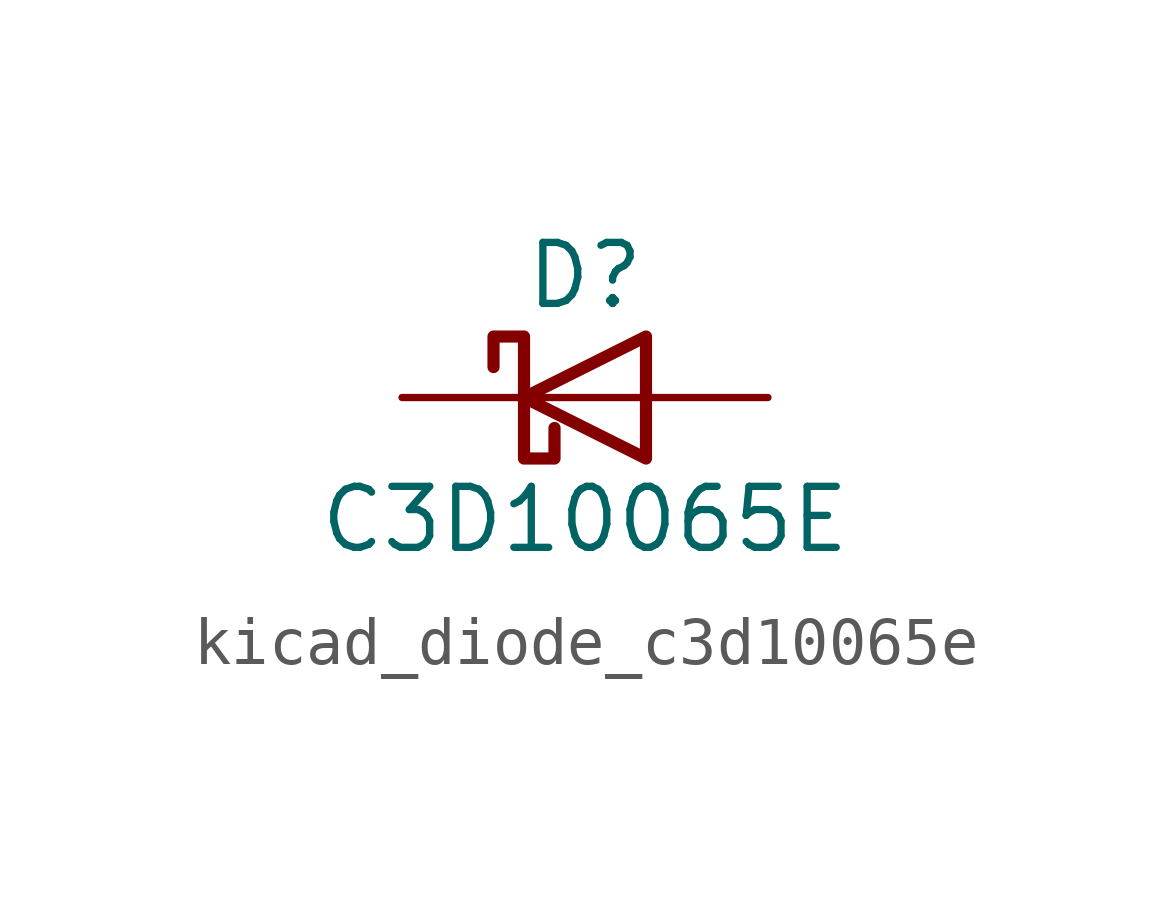
<source format=kicad_sym>
(kicad_symbol_lib
  (version 20220914)
  (generator kicad_symbol_editor)
  (symbol "kicad_diode_c3d10065e"
    (pin_numbers hide)
    (pin_names
      (offset 1.016) hide)
    (property "Reference" "D"
      (at 0 2.54 0)
      (effects (font (size 1.27 1.27))))
    (property "Value" "C3D10065E"
      (at 0 -2.54 0)
      (effects (font (size 1.27 1.27))))
    (symbol "kicad_diode_c3d10065e_0_1"
      (polyline (pts (xy 1.27 0) (xy -1.27 0)) (stroke (width 0) (type default)) (fill (type none)))
      (polyline (pts (xy 1.27 1.27) (xy 1.27 -1.27) (xy -1.27 0) (xy 1.27 1.27)) (stroke (width 0.254) (type default)) (fill (type none)))
      (polyline (pts (xy -1.905 0.635) (xy -1.905 1.27) (xy -1.27 1.27) (xy -1.27 -1.27) (xy -0.635 -1.27) (xy -0.635 -0.635)) (stroke (width 0.254) (type default)) (fill (type none))))
    (symbol "kicad_diode_c3d10065e_1_1"
      (pin passive line (at -3.81 0 0) (length 2.54) (name "K" (effects (font (size 1.27 1.27)))) (number "1" (effects (font (size 1.27 1.27)))))
      (pin passive line (at 3.81 0 180) (length 2.54) (name "A" (effects (font (size 1.27 1.27)))) (number "2" (effects (font (size 1.27 1.27))))))))
</source>
